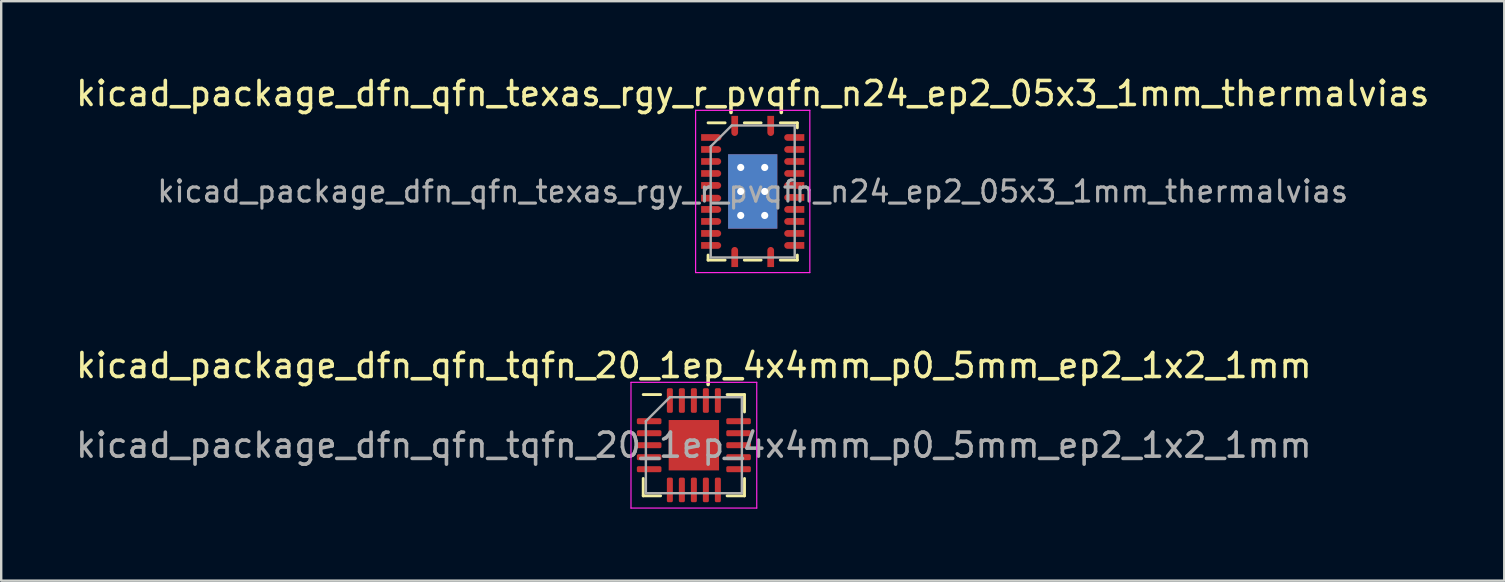
<source format=kicad_pcb>
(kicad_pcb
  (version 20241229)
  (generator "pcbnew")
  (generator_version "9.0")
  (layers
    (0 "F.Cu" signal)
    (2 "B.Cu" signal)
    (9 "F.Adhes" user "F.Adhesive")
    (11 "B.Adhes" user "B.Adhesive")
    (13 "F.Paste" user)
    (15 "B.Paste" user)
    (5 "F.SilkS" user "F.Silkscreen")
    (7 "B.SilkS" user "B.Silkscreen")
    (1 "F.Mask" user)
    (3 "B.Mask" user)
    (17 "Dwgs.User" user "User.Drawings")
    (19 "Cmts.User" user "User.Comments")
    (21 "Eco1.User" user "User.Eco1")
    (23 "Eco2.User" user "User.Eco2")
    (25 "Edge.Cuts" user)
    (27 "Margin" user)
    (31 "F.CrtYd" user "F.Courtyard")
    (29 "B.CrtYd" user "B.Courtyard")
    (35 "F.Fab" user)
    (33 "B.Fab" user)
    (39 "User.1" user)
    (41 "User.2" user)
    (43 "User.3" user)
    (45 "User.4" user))
  (footprint "kicad_package_dfn_qfn_texas_rgy_r_pvqfn_n24_ep2_05x3_1mm_thermalvias"
    (layer "F.Cu")
    (at 28.315 4.928)
    (property "Reference" "kicad_package_dfn_qfn_texas_rgy_r_pvqfn_n24_ep2_05x3_1mm_thermalvias" (at 0 -4.08 0) (layer "F.SilkS") (effects (font (size 1 1) (thickness 0.15))))
    (attr smd)
    (fp_line (start -1.86 2.86) (end -1.86 2.65) (stroke (width 0.12) (type solid)) (layer "F.SilkS"))
    (fp_line (start -1.15 -2.86) (end -1.86 -2.86) (stroke (width 0.12) (type solid)) (layer "F.SilkS"))
    (fp_line (start -1.15 2.86) (end -1.86 2.86) (stroke (width 0.12) (type solid)) (layer "F.SilkS"))
    (fp_line (start 0.35 -2.86) (end -0.35 -2.86) (stroke (width 0.12) (type solid)) (layer "F.SilkS"))
    (fp_line (start 0.35 2.86) (end -0.35 2.86) (stroke (width 0.12) (type solid)) (layer "F.SilkS"))
    (fp_line (start 1.15 -2.86) (end 1.86 -2.86) (stroke (width 0.12) (type solid)) (layer "F.SilkS"))
    (fp_line (start 1.15 2.86) (end 1.86 2.86) (stroke (width 0.12) (type solid)) (layer "F.SilkS"))
    (fp_line (start 1.86 -2.86) (end 1.86 -2.65) (stroke (width 0.12) (type solid)) (layer "F.SilkS"))
    (fp_line (start 1.86 2.86) (end 1.86 2.65) (stroke (width 0.12) (type solid)) (layer "F.SilkS"))
    (fp_line (start -2.38 -3.38) (end -2.38 3.38) (stroke (width 0.05) (type solid)) (layer "F.CrtYd"))
    (fp_line (start -2.38 3.38) (end 2.38 3.38) (stroke (width 0.05) (type solid)) (layer "F.CrtYd"))
    (fp_line (start 2.38 -3.38) (end -2.38 -3.38) (stroke (width 0.05) (type solid)) (layer "F.CrtYd"))
    (fp_line (start 2.38 3.38) (end 2.38 -3.38) (stroke (width 0.05) (type solid)) (layer "F.CrtYd"))
    (fp_line (start -1.75 -1.875) (end -0.875 -2.75) (stroke (width 0.1) (type solid)) (layer "F.Fab"))
    (fp_line (start -1.75 2.75) (end -1.75 -1.875) (stroke (width 0.1) (type solid)) (layer "F.Fab"))
    (fp_line (start -0.875 -2.75) (end 1.75 -2.75) (stroke (width 0.1) (type solid)) (layer "F.Fab"))
    (fp_line (start 1.75 -2.75) (end 1.75 2.75) (stroke (width 0.1) (type solid)) (layer "F.Fab"))
    (fp_line (start 1.75 2.75) (end -1.75 2.75) (stroke (width 0.1) (type solid)) (layer "F.Fab"))
    (fp_text user "${REFERENCE}" (at 0 0 0) (layer "F.Fab") (effects (font (size 0.88 0.88) (thickness 0.13))))
    (pad "" smd rect (at -0.56 -0.81) (size 0.82 1.32) (layers "F.Paste"))
    (pad "" smd rect (at -0.56 0.81) (size 0.82 1.32) (layers "F.Paste"))
    (pad "" smd rect (at 0.56 -0.81) (size 0.82 1.32) (layers "F.Paste"))
    (pad "" smd rect (at 0.56 0.81) (size 0.82 1.32) (layers "F.Paste"))
    (pad "1" smd custom (at -0.75 -2.795) (size 0.28 0.71) (layers "F.Cu" "F.Mask" "F.Paste") (options (anchor rect)) (primitives (gr_circle (center 0 0.343) (end 0.14 0.343) (width 0) (fill yes))))
    (pad "2" smd custom (at -1.795 -2.25) (size 0.71 0.28) (layers "F.Cu" "F.Mask" "F.Paste") (options (anchor rect)) (primitives (gr_circle (center 0.355 0) (end 0.495 0) (width 0) (fill yes))))
    (pad "3" smd custom (at -1.795 -1.75) (size 0.71 0.28) (layers "F.Cu" "F.Mask" "F.Paste") (options (anchor rect)) (primitives (gr_circle (center 0.343 0) (end 0.482 0) (width 0) (fill yes))))
    (pad "4" smd custom (at -1.795 -1.25) (size 0.71 0.28) (layers "F.Cu" "F.Mask" "F.Paste") (options (anchor rect)) (primitives (gr_circle (center 0.343 0) (end 0.482 0) (width 0) (fill yes))))
    (pad "5" smd custom (at -1.795 -0.75) (size 0.71 0.28) (layers "F.Cu" "F.Mask" "F.Paste") (options (anchor rect)) (primitives (gr_circle (center 0.343 0) (end 0.482 0) (width 0) (fill yes))))
    (pad "6" smd custom (at -1.795 -0.25) (size 0.71 0.28) (layers "F.Cu" "F.Mask" "F.Paste") (options (anchor rect)) (primitives (gr_circle (center 0.343 0) (end 0.482 0) (width 0) (fill yes))))
    (pad "7" smd custom (at -1.795 0.28) (size 0.71 0.28) (layers "F.Cu" "F.Mask" "F.Paste") (options (anchor rect)) (primitives (gr_circle (center 0.343 0) (end 0.482 0) (width 0) (fill yes))))
    (pad "8" smd custom (at -1.795 0.75) (size 0.71 0.28) (layers "F.Cu" "F.Mask" "F.Paste") (options (anchor rect)) (primitives (gr_circle (center 0.343 0) (end 0.482 0) (width 0) (fill yes))))
    (pad "9" smd custom (at -1.795 1.25) (size 0.71 0.28) (layers "F.Cu" "F.Mask" "F.Paste") (options (anchor rect)) (primitives (gr_circle (center 0.343 0) (end 0.482 0) (width 0) (fill yes))))
    (pad "10" smd custom (at -1.795 1.75) (size 0.71 0.28) (layers "F.Cu" "F.Mask" "F.Paste") (options (anchor rect)) (primitives (gr_circle (center 0.343 0) (end 0.482 0) (width 0) (fill yes))))
    (pad "11" smd custom (at -1.795 2.25) (size 0.71 0.28) (layers "F.Cu" "F.Mask" "F.Paste") (options (anchor rect)) (primitives (gr_circle (center 0.343 0) (end 0.482 0) (width 0) (fill yes))))
    (pad "12" smd custom (at -0.75 2.795) (size 0.28 0.71) (layers "F.Cu" "F.Mask" "F.Paste") (options (anchor rect)) (primitives (gr_circle (center 0 -0.343) (end 0.14 -0.343) (width 0) (fill yes))))
    (pad "13" smd custom (at 0.75 2.795) (size 0.28 0.71) (layers "F.Cu" "F.Mask" "F.Paste") (options (anchor rect)) (primitives (gr_circle (center 0 -0.343) (end 0.14 -0.343) (width 0) (fill yes))))
    (pad "14" smd custom (at 1.795 2.25) (size 0.71 0.28) (layers "F.Cu" "F.Mask" "F.Paste") (options (anchor rect)) (primitives (gr_circle (center -0.343 0) (end -0.203 0) (width 0) (fill yes))))
    (pad "15" smd custom (at 1.795 1.75) (size 0.71 0.28) (layers "F.Cu" "F.Mask" "F.Paste") (options (anchor rect)) (primitives (gr_circle (center -0.343 0) (end -0.203 0) (width 0) (fill yes))))
    (pad "16" smd custom (at 1.795 1.25) (size 0.71 0.28) (layers "F.Cu" "F.Mask" "F.Paste") (options (anchor rect)) (primitives (gr_circle (center -0.343 0) (end -0.203 0) (width 0) (fill yes))))
    (pad "17" smd custom (at 1.795 0.75) (size 0.71 0.28) (layers "F.Cu" "F.Mask" "F.Paste") (options (anchor rect)) (primitives (gr_circle (center -0.343 0) (end -0.203 0) (width 0) (fill yes))))
    (pad "18" smd custom (at 1.795 0.25) (size 0.71 0.28) (layers "F.Cu" "F.Mask" "F.Paste") (options (anchor rect)) (primitives (gr_circle (center -0.343 0) (end -0.203 0) (width 0) (fill yes))))
    (pad "19" smd custom (at 1.795 -0.25) (size 0.71 0.28) (layers "F.Cu" "F.Mask" "F.Paste") (options (anchor rect)) (primitives (gr_circle (center -0.343 0) (end -0.203 0) (width 0) (fill yes))))
    (pad "20" smd custom (at 1.795 -0.75) (size 0.71 0.28) (layers "F.Cu" "F.Mask" "F.Paste") (options (anchor rect)) (primitives (gr_circle (center -0.343 0) (end -0.203 0) (width 0) (fill yes))))
    (pad "21" smd custom (at 1.795 -1.25) (size 0.71 0.28) (layers "F.Cu" "F.Mask" "F.Paste") (options (anchor rect)) (primitives (gr_circle (center -0.343 0) (end -0.203 0) (width 0) (fill yes))))
    (pad "22" smd custom (at 1.795 -1.75) (size 0.71 0.28) (layers "F.Cu" "F.Mask" "F.Paste") (options (anchor rect)) (primitives (gr_circle (center -0.343 0) (end -0.203 0) (width 0) (fill yes))))
    (pad "23" smd custom (at 1.795 -2.25) (size 0.71 0.28) (layers "F.Cu" "F.Mask" "F.Paste") (options (anchor rect)) (primitives (gr_circle (center -0.343 0) (end -0.203 0) (width 0) (fill yes))))
    (pad "24" smd custom (at 0.75 -2.795) (size 0.28 0.71) (layers "F.Cu" "F.Mask" "F.Paste") (options (anchor rect)) (primitives (gr_circle (center 0 0.343) (end 0.14 0.343) (width 0) (fill yes))))
    (pad "25" thru_hole circle (at -0.5 -1) (size 0.6 0.6) (drill 0.3) (layers "*.Cu"))
    (pad "25" thru_hole circle (at -0.5 0) (size 0.6 0.6) (drill 0.3) (layers "*.Cu"))
    (pad "25" thru_hole circle (at -0.5 1) (size 0.6 0.6) (drill 0.3) (layers "*.Cu"))
    (pad "25" smd rect (at 0 0) (size 2.05 3.1) (layers "F.Cu" "F.Mask"))
    (pad "25" smd rect (at 0 0) (size 2.05 3.1) (layers "B.Cu"))
    (pad "25" thru_hole circle (at 0.5 -1) (size 0.6 0.6) (drill 0.3) (layers "*.Cu"))
    (pad "25" thru_hole circle (at 0.5 0) (size 0.6 0.6) (drill 0.3) (layers "*.Cu"))
    (pad "25" thru_hole circle (at 0.5 1) (size 0.6 0.6) (drill 0.3) (layers "*.Cu")))
  (footprint "kicad_package_dfn_qfn_tqfn_20_1ep_4x4mm_p0_5mm_ep2_1x2_1mm"
    (layer "F.Cu")
    (at 25.863 15.502)
    (property "Reference" "kicad_package_dfn_qfn_tqfn_20_1ep_4x4mm_p0_5mm_ep2_1x2_1mm" (at 0 -3.32 0) (layer "F.SilkS") (effects (font (size 1 1) (thickness 0.15))))
    (attr smd)
    (fp_line (start -2.11 2.11) (end -2.11 1.385) (stroke (width 0.12) (type solid)) (layer "F.SilkS"))
    (fp_line (start -1.385 -2.11) (end -2.11 -2.11) (stroke (width 0.12) (type solid)) (layer "F.SilkS"))
    (fp_line (start -1.385 2.11) (end -2.11 2.11) (stroke (width 0.12) (type solid)) (layer "F.SilkS"))
    (fp_line (start 1.385 -2.11) (end 2.11 -2.11) (stroke (width 0.12) (type solid)) (layer "F.SilkS"))
    (fp_line (start 1.385 2.11) (end 2.11 2.11) (stroke (width 0.12) (type solid)) (layer "F.SilkS"))
    (fp_line (start 2.11 -2.11) (end 2.11 -1.385) (stroke (width 0.12) (type solid)) (layer "F.SilkS"))
    (fp_line (start 2.11 2.11) (end 2.11 1.385) (stroke (width 0.12) (type solid)) (layer "F.SilkS"))
    (fp_line (start -2.62 -2.62) (end -2.62 2.62) (stroke (width 0.05) (type solid)) (layer "F.CrtYd"))
    (fp_line (start -2.62 2.62) (end 2.62 2.62) (stroke (width 0.05) (type solid)) (layer "F.CrtYd"))
    (fp_line (start 2.62 -2.62) (end -2.62 -2.62) (stroke (width 0.05) (type solid)) (layer "F.CrtYd"))
    (fp_line (start 2.62 2.62) (end 2.62 -2.62) (stroke (width 0.05) (type solid)) (layer "F.CrtYd"))
    (fp_line (start -2 -1) (end -1 -2) (stroke (width 0.1) (type solid)) (layer "F.Fab"))
    (fp_line (start -2 2) (end -2 -1) (stroke (width 0.1) (type solid)) (layer "F.Fab"))
    (fp_line (start -1 -2) (end 2 -2) (stroke (width 0.1) (type solid)) (layer "F.Fab"))
    (fp_line (start 2 -2) (end 2 2) (stroke (width 0.1) (type solid)) (layer "F.Fab"))
    (fp_line (start 2 2) (end -2 2) (stroke (width 0.1) (type solid)) (layer "F.Fab"))
    (fp_text user "${REFERENCE}" (at 0 0 0) (layer "F.Fab") (effects (font (size 1 1) (thickness 0.15))))
    (pad "" smd roundrect (at -0.525 -0.525) (size 0.85 0.85) (layers "F.Paste") (roundrect_rratio 0.25))
    (pad "" smd roundrect (at -0.525 0.525) (size 0.85 0.85) (layers "F.Paste") (roundrect_rratio 0.25))
    (pad "" smd roundrect (at 0.525 -0.525) (size 0.85 0.85) (layers "F.Paste") (roundrect_rratio 0.25))
    (pad "" smd roundrect (at 0.525 0.525) (size 0.85 0.85) (layers "F.Paste") (roundrect_rratio 0.25))
    (pad "1" smd roundrect (at -1.863 -1) (size 1.025 0.25) (layers "F.Cu" "F.Mask" "F.Paste") (roundrect_rratio 0.25))
    (pad "2" smd roundrect (at -1.863 -0.5) (size 1.025 0.25) (layers "F.Cu" "F.Mask" "F.Paste") (roundrect_rratio 0.25))
    (pad "3" smd roundrect (at -1.863 0) (size 1.025 0.25) (layers "F.Cu" "F.Mask" "F.Paste") (roundrect_rratio 0.25))
    (pad "4" smd roundrect (at -1.863 0.5) (size 1.025 0.25) (layers "F.Cu" "F.Mask" "F.Paste") (roundrect_rratio 0.25))
    (pad "5" smd roundrect (at -1.863 1) (size 1.025 0.25) (layers "F.Cu" "F.Mask" "F.Paste") (roundrect_rratio 0.25))
    (pad "6" smd roundrect (at -1 1.863) (size 0.25 1.025) (layers "F.Cu" "F.Mask" "F.Paste") (roundrect_rratio 0.25))
    (pad "7" smd roundrect (at -0.5 1.863) (size 0.25 1.025) (layers "F.Cu" "F.Mask" "F.Paste") (roundrect_rratio 0.25))
    (pad "8" smd roundrect (at 0 1.863) (size 0.25 1.025) (layers "F.Cu" "F.Mask" "F.Paste") (roundrect_rratio 0.25))
    (pad "9" smd roundrect (at 0.5 1.863) (size 0.25 1.025) (layers "F.Cu" "F.Mask" "F.Paste") (roundrect_rratio 0.25))
    (pad "10" smd roundrect (at 1 1.863) (size 0.25 1.025) (layers "F.Cu" "F.Mask" "F.Paste") (roundrect_rratio 0.25))
    (pad "11" smd roundrect (at 1.863 1) (size 1.025 0.25) (layers "F.Cu" "F.Mask" "F.Paste") (roundrect_rratio 0.25))
    (pad "12" smd roundrect (at 1.863 0.5) (size 1.025 0.25) (layers "F.Cu" "F.Mask" "F.Paste") (roundrect_rratio 0.25))
    (pad "13" smd roundrect (at 1.863 0) (size 1.025 0.25) (layers "F.Cu" "F.Mask" "F.Paste") (roundrect_rratio 0.25))
    (pad "14" smd roundrect (at 1.863 -0.5) (size 1.025 0.25) (layers "F.Cu" "F.Mask" "F.Paste") (roundrect_rratio 0.25))
    (pad "15" smd roundrect (at 1.863 -1) (size 1.025 0.25) (layers "F.Cu" "F.Mask" "F.Paste") (roundrect_rratio 0.25))
    (pad "16" smd roundrect (at 1 -1.863) (size 0.25 1.025) (layers "F.Cu" "F.Mask" "F.Paste") (roundrect_rratio 0.25))
    (pad "17" smd roundrect (at 0.5 -1.863) (size 0.25 1.025) (layers "F.Cu" "F.Mask" "F.Paste") (roundrect_rratio 0.25))
    (pad "18" smd roundrect (at 0 -1.863) (size 0.25 1.025) (layers "F.Cu" "F.Mask" "F.Paste") (roundrect_rratio 0.25))
    (pad "19" smd roundrect (at -0.5 -1.863) (size 0.25 1.025) (layers "F.Cu" "F.Mask" "F.Paste") (roundrect_rratio 0.25))
    (pad "20" smd roundrect (at -1 -1.863) (size 0.25 1.025) (layers "F.Cu" "F.Mask" "F.Paste") (roundrect_rratio 0.25))
    (pad "21" smd rect (at 0 0) (size 2.1 2.1) (layers "F.Cu" "F.Mask")))
  (gr_rect
    (start -3 -3)
    (end 59.631 21.146)
    (stroke (width 0.1) (type default))
    (fill no)
    (layer "Edge.Cuts")))
</source>
